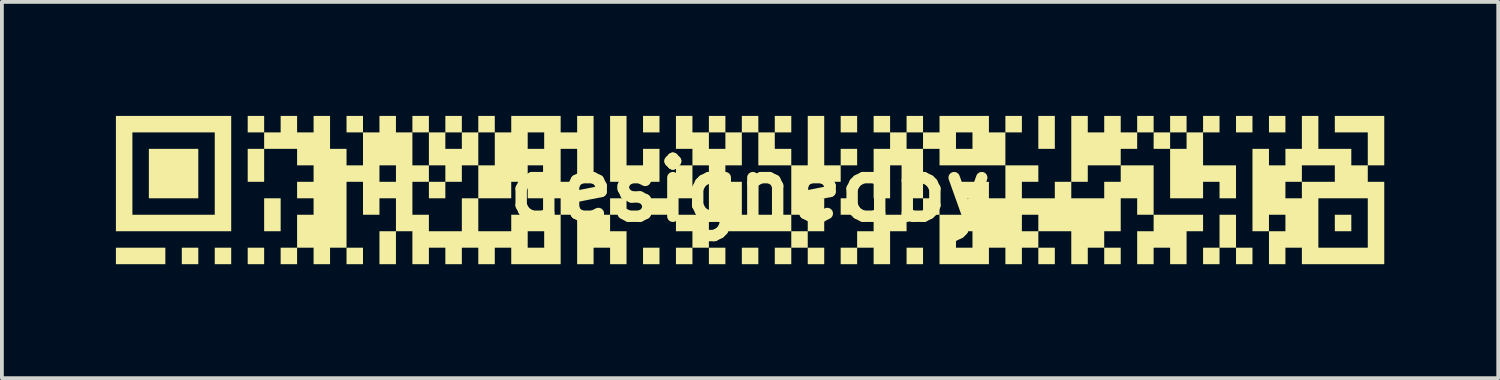
<source format=kicad_pcb>
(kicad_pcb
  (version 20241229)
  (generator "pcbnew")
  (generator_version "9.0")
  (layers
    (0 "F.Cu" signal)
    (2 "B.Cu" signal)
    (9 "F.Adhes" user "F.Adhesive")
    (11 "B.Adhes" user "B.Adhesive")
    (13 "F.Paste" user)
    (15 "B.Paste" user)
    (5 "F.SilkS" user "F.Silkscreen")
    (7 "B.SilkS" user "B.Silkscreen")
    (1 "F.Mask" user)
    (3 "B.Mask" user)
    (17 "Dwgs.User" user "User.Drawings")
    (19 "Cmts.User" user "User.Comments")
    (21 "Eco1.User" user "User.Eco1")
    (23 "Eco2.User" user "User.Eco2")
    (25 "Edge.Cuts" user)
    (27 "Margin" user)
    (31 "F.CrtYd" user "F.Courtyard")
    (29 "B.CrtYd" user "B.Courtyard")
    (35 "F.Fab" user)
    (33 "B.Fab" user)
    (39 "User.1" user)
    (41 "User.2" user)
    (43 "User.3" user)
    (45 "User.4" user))
  (footprint "designedby"
    (layer "F.Cu")
    (at 16.688 1.951)
    (property "Reference" "designedby" (at 0 0 0) (layer "F.SilkS") (effects (font (size 1.524 1.524) (thickness 0.3))))
    (attr board_only exclude_from_pos_files exclude_from_bom)
    (fp_poly (pts (xy -15.387 1.951) (xy -16.688 1.951) (xy -16.688 1.517) (xy -15.387 1.517)) (stroke (width 0) (type solid)) (fill yes) (layer "F.SilkS"))
    (fp_poly (pts (xy -14.52 0.217) (xy -15.821 0.217) (xy -15.821 -1.084) (xy -14.52 -1.084)) (stroke (width 0) (type solid)) (fill yes) (layer "F.SilkS"))
    (fp_poly (pts (xy -14.52 1.951) (xy -14.954 1.951) (xy -14.954 1.517) (xy -14.52 1.517)) (stroke (width 0) (type solid)) (fill yes) (layer "F.SilkS"))
    (fp_poly (pts (xy -13.654 1.951) (xy -14.087 1.951) (xy -14.087 1.517) (xy -13.654 1.517)) (stroke (width 0) (type solid)) (fill yes) (layer "F.SilkS"))
    (fp_poly (pts (xy -12.787 -1.517) (xy -13.22 -1.517) (xy -13.22 -1.951) (xy -12.787 -1.951)) (stroke (width 0) (type solid)) (fill yes) (layer "F.SilkS"))
    (fp_poly (pts (xy -12.787 -0.217) (xy -13.22 -0.217) (xy -13.22 -1.084) (xy -12.787 -1.084)) (stroke (width 0) (type solid)) (fill yes) (layer "F.SilkS"))
    (fp_poly (pts (xy -12.787 1.951) (xy -13.22 1.951) (xy -13.22 1.517) (xy -12.787 1.517)) (stroke (width 0) (type solid)) (fill yes) (layer "F.SilkS"))
    (fp_poly (pts (xy -12.353 1.084) (xy -12.787 1.084) (xy -12.787 0.217) (xy -12.353 0.217)) (stroke (width 0) (type solid)) (fill yes) (layer "F.SilkS"))
    (fp_poly (pts (xy -11.92 1.951) (xy -12.353 1.951) (xy -12.353 1.517) (xy -11.92 1.517)) (stroke (width 0) (type solid)) (fill yes) (layer "F.SilkS"))
    (fp_poly (pts (xy -10.186 -1.517) (xy -10.619 -1.517) (xy -10.619 -1.951) (xy -10.186 -1.951)) (stroke (width 0) (type solid)) (fill yes) (layer "F.SilkS"))
    (fp_poly (pts (xy -10.186 1.951) (xy -10.619 1.951) (xy -10.619 1.517) (xy -10.186 1.517)) (stroke (width 0) (type solid)) (fill yes) (layer "F.SilkS"))
    (fp_poly (pts (xy -9.319 1.951) (xy -9.753 1.951) (xy -9.753 1.084) (xy -9.319 1.084)) (stroke (width 0) (type solid)) (fill yes) (layer "F.SilkS"))
    (fp_poly (pts (xy -8.019 0.217) (xy -8.452 0.217) (xy -8.452 -0.217) (xy -8.019 -0.217)) (stroke (width 0) (type solid)) (fill yes) (layer "F.SilkS"))
    (fp_poly (pts (xy -3.251 0.65) (xy -3.684 0.65) (xy -3.684 0.217) (xy -3.251 0.217)) (stroke (width 0) (type solid)) (fill yes) (layer "F.SilkS"))
    (fp_poly (pts (xy -2.384 -1.517) (xy -2.817 -1.517) (xy -2.817 -1.951) (xy -2.384 -1.951)) (stroke (width 0) (type solid)) (fill yes) (layer "F.SilkS"))
    (fp_poly (pts (xy -2.384 1.951) (xy -2.817 1.951) (xy -2.817 1.517) (xy -2.384 1.517)) (stroke (width 0) (type solid)) (fill yes) (layer "F.SilkS"))
    (fp_poly (pts (xy -1.517 1.951) (xy -1.951 1.951) (xy -1.951 1.517) (xy -1.517 1.517)) (stroke (width 0) (type solid)) (fill yes) (layer "F.SilkS"))
    (fp_poly (pts (xy -0.65 1.951) (xy -1.084 1.951) (xy -1.084 1.517) (xy -0.65 1.517)) (stroke (width 0) (type solid)) (fill yes) (layer "F.SilkS"))
    (fp_poly (pts (xy 0.217 1.951) (xy -0.217 1.951) (xy -0.217 1.517) (xy 0.217 1.517)) (stroke (width 0) (type solid)) (fill yes) (layer "F.SilkS"))
    (fp_poly (pts (xy 1.084 -1.517) (xy 0.65 -1.517) (xy 0.65 -1.951) (xy 1.084 -1.951)) (stroke (width 0) (type solid)) (fill yes) (layer "F.SilkS"))
    (fp_poly (pts (xy 1.084 1.951) (xy 0.65 1.951) (xy 0.65 1.517) (xy 1.084 1.517)) (stroke (width 0) (type solid)) (fill yes) (layer "F.SilkS"))
    (fp_poly (pts (xy 1.951 1.951) (xy 1.517 1.951) (xy 1.517 1.517) (xy 1.951 1.517)) (stroke (width 0) (type solid)) (fill yes) (layer "F.SilkS"))
    (fp_poly (pts (xy 2.817 -1.517) (xy 2.384 -1.517) (xy 2.384 -1.951) (xy 2.817 -1.951)) (stroke (width 0) (type solid)) (fill yes) (layer "F.SilkS"))
    (fp_poly (pts (xy 2.817 -0.65) (xy 2.384 -0.65) (xy 2.384 -1.084) (xy 2.817 -1.084)) (stroke (width 0) (type solid)) (fill yes) (layer "F.SilkS"))
    (fp_poly (pts (xy 2.817 0.65) (xy 2.384 0.65) (xy 2.384 0.217) (xy 2.817 0.217)) (stroke (width 0) (type solid)) (fill yes) (layer "F.SilkS"))
    (fp_poly (pts (xy 2.817 1.951) (xy 2.384 1.951) (xy 2.384 1.517) (xy 2.817 1.517)) (stroke (width 0) (type solid)) (fill yes) (layer "F.SilkS"))
    (fp_poly (pts (xy 3.684 -1.517) (xy 3.251 -1.517) (xy 3.251 -1.951) (xy 3.684 -1.951)) (stroke (width 0) (type solid)) (fill yes) (layer "F.SilkS"))
    (fp_poly (pts (xy 4.551 1.951) (xy 4.118 1.951) (xy 4.118 1.517) (xy 4.551 1.517)) (stroke (width 0) (type solid)) (fill yes) (layer "F.SilkS"))
    (fp_poly (pts (xy 7.152 -1.517) (xy 6.718 -1.517) (xy 6.718 -1.951) (xy 7.152 -1.951)) (stroke (width 0) (type solid)) (fill yes) (layer "F.SilkS"))
    (fp_poly (pts (xy 8.019 -1.084) (xy 7.585 -1.084) (xy 7.585 -1.951) (xy 8.019 -1.951)) (stroke (width 0) (type solid)) (fill yes) (layer "F.SilkS"))
    (fp_poly (pts (xy 8.019 1.951) (xy 7.585 1.951) (xy 7.585 1.517) (xy 8.019 1.517)) (stroke (width 0) (type solid)) (fill yes) (layer "F.SilkS"))
    (fp_poly (pts (xy 9.753 1.951) (xy 9.319 1.951) (xy 9.319 1.517) (xy 9.753 1.517)) (stroke (width 0) (type solid)) (fill yes) (layer "F.SilkS"))
    (fp_poly (pts (xy 10.619 -1.517) (xy 10.186 -1.517) (xy 10.186 -1.951) (xy 10.619 -1.951)) (stroke (width 0) (type solid)) (fill yes) (layer "F.SilkS"))
    (fp_poly (pts (xy 12.353 -1.517) (xy 11.92 -1.517) (xy 11.92 -1.951) (xy 12.353 -1.951)) (stroke (width 0) (type solid)) (fill yes) (layer "F.SilkS"))
    (fp_poly (pts (xy 12.353 1.951) (xy 11.92 1.951) (xy 11.92 1.517) (xy 12.353 1.517)) (stroke (width 0) (type solid)) (fill yes) (layer "F.SilkS"))
    (fp_poly (pts (xy 12.787 1.517) (xy 12.353 1.517) (xy 12.353 0.65) (xy 12.787 0.65)) (stroke (width 0) (type solid)) (fill yes) (layer "F.SilkS"))
    (fp_poly (pts (xy 13.22 -1.517) (xy 12.787 -1.517) (xy 12.787 -1.951) (xy 13.22 -1.951)) (stroke (width 0) (type solid)) (fill yes) (layer "F.SilkS"))
    (fp_poly (pts (xy 13.22 1.951) (xy 12.787 1.951) (xy 12.787 1.517) (xy 13.22 1.517)) (stroke (width 0) (type solid)) (fill yes) (layer "F.SilkS"))
    (fp_poly (pts (xy 14.087 -1.517) (xy 13.654 -1.517) (xy 13.654 -1.951) (xy 14.087 -1.951)) (stroke (width 0) (type solid)) (fill yes) (layer "F.SilkS"))
    (fp_poly (pts (xy 15.821 1.084) (xy 15.387 1.084) (xy 15.387 0.65) (xy 15.821 0.65)) (stroke (width 0) (type solid)) (fill yes) (layer "F.SilkS"))
    (fp_poly (pts (xy 16.688 -0.65) (xy 16.254 -0.65) (xy 16.254 -1.517) (xy 15.387 -1.517) (xy 15.387 -1.951) (xy 16.688 -1.951)) (stroke (width 0) (type solid)) (fill yes) (layer "F.SilkS"))
    (fp_poly (pts (xy -3.251 -0.65) (xy -2.817 -0.65) (xy -2.817 -1.084) (xy -2.384 -1.084) (xy -2.384 -0.217) (xy -3.684 -0.217) (xy -3.684 -1.951) (xy -3.251 -1.951)) (stroke (width 0) (type solid)) (fill yes) (layer "F.SilkS"))
    (fp_poly (pts (xy -3.684 1.084) (xy -3.251 1.084) (xy -3.251 1.951) (xy -3.684 1.951) (xy -3.684 1.517) (xy -4.118 1.517) (xy -4.118 1.951) (xy -4.551 1.951) (xy -4.551 0.65) (xy -3.684 0.65)) (stroke (width 0) (type solid)) (fill yes) (layer "F.SilkS"))
    (fp_poly (pts (xy 2.817 1.084) (xy 3.251 1.084) (xy 3.251 0.65) (xy 4.118 0.65) (xy 4.118 1.084) (xy 3.684 1.084) (xy 3.684 1.951) (xy 3.251 1.951) (xy 3.251 1.517) (xy 2.817 1.517)) (stroke (width 0) (type solid)) (fill yes) (layer "F.SilkS"))
    (fp_poly (pts (xy -13.654 1.084) (xy -16.688 1.084) (xy -16.688 0.65) (xy -16.254 0.65) (xy -14.087 0.65) (xy -14.087 -1.517) (xy -16.254 -1.517) (xy -16.254 0.65) (xy -16.688 0.65) (xy -16.688 -1.951) (xy -13.654 -1.951)) (stroke (width 0) (type solid)) (fill yes) (layer "F.SilkS"))
    (fp_poly (pts (xy 11.92 1.084) (xy 11.486 1.084) (xy 11.486 1.951) (xy 11.053 1.951) (xy 11.053 1.517) (xy 10.619 1.517) (xy 10.619 1.951) (xy 10.186 1.951) (xy 10.186 1.084) (xy 10.619 1.084) (xy 10.619 0.65) (xy 11.92 0.65)) (stroke (width 0) (type solid)) (fill yes) (layer "F.SilkS"))
    (fp_poly (pts (xy 11.92 -1.517) (xy 11.92 -0.65) (xy 12.787 -0.65) (xy 12.787 0.217) (xy 12.353 0.217) (xy 12.353 -0.217) (xy 11.92 -0.217) (xy 11.92 0.217) (xy 11.053 0.217) (xy 11.053 -1.084) (xy 11.486 -1.084) (xy 11.486 -1.517) (xy 11.053 -1.517) (xy 11.053 -1.084) (xy 10.619 -1.084) (xy 10.619 -1.517) (xy 11.053 -1.517) (xy 11.053 -1.951) (xy 11.486 -1.951) (xy 11.486 -1.517)) (stroke (width 0) (type solid)) (fill yes) (layer "F.SilkS"))
    (fp_poly (pts (xy 14.954 -1.084) (xy 15.821 -1.084) (xy 15.821 -0.65) (xy 16.254 -0.65) (xy 16.254 -0.217) (xy 16.688 -0.217) (xy 16.688 1.951) (xy 14.52 1.951) (xy 14.52 1.517) (xy 14.954 1.517) (xy 16.254 1.517) (xy 16.254 0.217) (xy 14.954 0.217) (xy 14.954 1.517) (xy 14.52 1.517) (xy 14.087 1.517) (xy 14.087 1.951) (xy 13.654 1.951) (xy 13.654 1.084) (xy 14.087 1.084) (xy 14.087 0.65) (xy 13.654 0.65) (xy 13.654 1.084) (xy 13.22 1.084) (xy 13.22 0.217) (xy 14.087 0.217) (xy 14.52 0.217) (xy 14.52 -0.217) (xy 15.387 -0.217) (xy 15.387 -0.65) (xy 14.52 -0.65) (xy 14.52 -0.217) (xy 14.087 -0.217) (xy 14.087 0.217) (xy 13.22 0.217) (xy 13.22 -1.084) (xy 13.654 -1.084) (xy 13.654 -0.65) (xy 14.087 -0.65) (xy 14.087 -1.084) (xy 14.52 -1.084) (xy 14.52 -1.951) (xy 14.954 -1.951)) (stroke (width 0) (type solid)) (fill yes) (layer "F.SilkS"))
    (fp_poly (pts (xy 0.65 -1.517) (xy 0.65 -1.084) (xy 1.084 -1.084) (xy 1.084 -0.65) (xy 1.517 -0.65) (xy 1.517 -1.951) (xy 1.951 -1.951) (xy 1.951 -0.65) (xy 2.384 -0.65) (xy 2.384 -0.217) (xy 1.517 -0.217) (xy 1.517 0.217) (xy 1.951 0.217) (xy 1.951 1.084) (xy 1.517 1.084) (xy 1.517 1.517) (xy 1.084 1.517) (xy 1.084 1.084) (xy 1.517 1.084) (xy 1.517 0.65) (xy 1.084 0.65) (xy 1.084 1.084) (xy -0.65 1.084) (xy -0.65 0.65) (xy -1.084 0.65) (xy -1.084 1.517) (xy -1.517 1.517) (xy -1.517 1.084) (xy -1.951 1.084) (xy -1.951 0.65) (xy -1.084 0.65) (xy -1.084 -0.217) (xy -0.65 -0.217) (xy -0.217 -0.217) (xy -0.217 0.65) (xy 1.084 0.65) (xy 1.084 -0.65) (xy 0.217 -0.65) (xy 0.217 -1.517) (xy -0.217 -1.517) (xy -0.217 -0.65) (xy -0.65 -0.65) (xy -0.65 -0.217) (xy -1.084 -0.217) (xy -1.084 -0.65) (xy -1.517 -0.65) (xy -1.517 0.217) (xy -1.951 0.217) (xy -1.951 0.65) (xy -2.817 0.65) (xy -2.817 0.217) (xy -1.951 0.217) (xy -1.951 -0.65) (xy -1.517 -0.65) (xy -1.517 -1.084) (xy -1.084 -1.084) (xy -0.65 -1.084) (xy -0.65 -1.517) (xy -1.084 -1.517) (xy -1.084 -1.084) (xy -1.517 -1.084) (xy -1.951 -1.084) (xy -1.951 -1.951) (xy -1.517 -1.951) (xy -1.517 -1.517) (xy -1.084 -1.517) (xy -1.084 -1.951) (xy -0.65 -1.951) (xy -0.65 -1.517) (xy -0.217 -1.517) (xy -0.217 -1.951) (xy 0.217 -1.951) (xy 0.217 -1.517)) (stroke (width 0) (type solid)) (fill yes) (layer "F.SilkS"))
    (fp_poly (pts (xy 10.619 -0.65) (xy 10.619 0.65) (xy 10.186 0.65) (xy 10.186 0.217) (xy 9.753 0.217) (xy 9.753 1.084) (xy 9.319 1.084) (xy 9.319 1.517) (xy 8.886 1.517) (xy 8.886 1.951) (xy 8.452 1.951) (xy 8.452 1.084) (xy 7.585 1.084) (xy 7.585 1.517) (xy 7.152 1.517) (xy 7.152 1.951) (xy 6.718 1.951) (xy 6.718 1.517) (xy 6.285 1.517) (xy 6.285 1.951) (xy 4.985 1.951) (xy 4.985 1.517) (xy 5.418 1.517) (xy 5.852 1.517) (xy 5.852 1.084) (xy 7.152 1.084) (xy 7.585 1.084) (xy 7.585 0.65) (xy 7.152 0.65) (xy 7.152 1.084) (xy 5.852 1.084) (xy 5.418 1.084) (xy 5.418 1.517) (xy 4.985 1.517) (xy 4.985 0.65) (xy 4.551 0.65) (xy 4.551 0.217) (xy 4.985 0.217) (xy 4.985 0.65) (xy 5.852 0.65) (xy 5.852 0.217) (xy 5.418 0.217) (xy 5.418 -0.217) (xy 6.285 -0.217) (xy 6.285 0.217) (xy 6.718 0.217) (xy 6.718 -0.65) (xy 4.985 -0.65) (xy 4.985 -1.084) (xy 5.418 -1.084) (xy 5.852 -1.084) (xy 5.852 -1.517) (xy 5.418 -1.517) (xy 5.418 -1.084) (xy 4.985 -1.084) (xy 4.551 -1.084) (xy 4.551 0.217) (xy 4.118 0.217) (xy 4.118 -0.65) (xy 3.684 -0.65) (xy 3.684 0.217) (xy 3.251 0.217) (xy 3.251 -1.084) (xy 3.684 -1.084) (xy 4.118 -1.084) (xy 4.551 -1.084) (xy 4.551 -1.517) (xy 4.118 -1.517) (xy 4.118 -1.084) (xy 3.684 -1.084) (xy 3.684 -1.517) (xy 4.118 -1.517) (xy 4.118 -1.951) (xy 4.551 -1.951) (xy 4.551 -1.517) (xy 4.985 -1.517) (xy 4.985 -1.951) (xy 6.285 -1.951) (xy 6.285 -1.517) (xy 6.718 -1.517) (xy 6.718 -0.65) (xy 7.585 -0.65) (xy 7.585 -0.217) (xy 7.152 -0.217) (xy 7.152 0.217) (xy 8.019 0.217) (xy 8.452 0.217) (xy 9.319 0.217) (xy 9.319 -0.217) (xy 9.753 -0.217) (xy 9.753 -0.65) (xy 8.886 -0.65) (xy 8.886 -0.217) (xy 8.452 -0.217) (xy 8.452 0.217) (xy 8.019 0.217) (xy 8.019 -0.217) (xy 8.452 -0.217) (xy 8.452 -1.951) (xy 8.886 -1.951) (xy 8.886 -1.517) (xy 9.319 -1.517) (xy 9.319 -1.951) (xy 9.753 -1.951) (xy 9.753 -1.517) (xy 10.186 -1.517) (xy 10.186 -1.084) (xy 9.753 -1.084) (xy 9.753 -0.65)) (stroke (width 0) (type solid)) (fill yes) (layer "F.SilkS"))
    (fp_poly (pts (xy -11.92 0.65) (xy -11.486 0.65) (xy -11.486 0.217) (xy -11.92 0.217) (xy -11.92 -0.217) (xy -11.486 -0.217) (xy -11.486 -0.65) (xy -11.92 -0.65) (xy -11.92 -1.084) (xy -12.787 -1.084) (xy -12.787 -1.517) (xy -12.353 -1.517) (xy -12.353 -1.951) (xy -11.92 -1.951) (xy -11.92 -1.517) (xy -11.486 -1.517) (xy -11.486 -1.951) (xy -11.053 -1.951) (xy -11.053 -1.084) (xy -10.619 -1.084) (xy -10.619 -0.65) (xy -10.186 -0.65) (xy -10.186 -1.517) (xy -9.753 -1.517) (xy -9.753 -1.951) (xy -9.319 -1.951) (xy -9.319 -1.517) (xy -8.886 -1.517) (xy -8.886 -1.951) (xy -8.452 -1.951) (xy -8.452 -1.517) (xy -8.019 -1.517) (xy -8.019 -1.951) (xy -7.585 -1.951) (xy -7.585 -1.517) (xy -7.152 -1.517) (xy -7.152 -1.951) (xy -6.718 -1.951) (xy -6.718 -1.517) (xy -6.285 -1.517) (xy -6.285 -1.951) (xy -4.985 -1.951) (xy -4.985 -1.517) (xy -4.551 -1.517) (xy -4.551 -1.951) (xy -4.118 -1.951) (xy -4.118 -0.217) (xy -4.551 -0.217) (xy -4.551 0.65) (xy -4.985 0.65) (xy -4.985 1.951) (xy -6.285 1.951) (xy -6.285 1.517) (xy -5.852 1.517) (xy -5.418 1.517) (xy -5.418 1.084) (xy -5.852 1.084) (xy -5.852 1.517) (xy -6.285 1.517) (xy -6.718 1.517) (xy -6.718 1.951) (xy -7.152 1.951) (xy -7.152 1.517) (xy -7.585 1.517) (xy -7.585 1.951) (xy -8.019 1.951) (xy -8.019 1.517) (xy -8.452 1.517) (xy -8.452 1.951) (xy -8.886 1.951) (xy -8.886 1.084) (xy -9.319 1.084) (xy -9.319 0.65) (xy -8.886 0.65) (xy -8.452 0.65) (xy -8.452 1.084) (xy -7.585 1.084) (xy -7.152 1.084) (xy -6.285 1.084) (xy -6.285 0.65) (xy -4.985 0.65) (xy -4.985 0.217) (xy -5.852 0.217) (xy -5.852 -0.217) (xy -5.418 -0.217) (xy -4.985 -0.217) (xy -4.551 -0.217) (xy -4.551 -1.084) (xy -4.985 -1.084) (xy -4.985 -0.217) (xy -5.418 -0.217) (xy -5.418 -0.65) (xy -5.852 -0.65) (xy -5.852 -0.217) (xy -6.285 -0.217) (xy -6.285 0.217) (xy -7.152 0.217) (xy -7.152 1.084) (xy -7.585 1.084) (xy -7.585 0.217) (xy -7.152 0.217) (xy -7.152 -0.65) (xy -6.718 -0.65) (xy -6.718 -1.084) (xy -5.852 -1.084) (xy -5.418 -1.084) (xy -5.418 -1.517) (xy -5.852 -1.517) (xy -5.852 -1.084) (xy -6.718 -1.084) (xy -6.718 -1.517) (xy -7.152 -1.517) (xy -7.152 -0.65) (xy -7.585 -0.65) (xy -7.585 -0.217) (xy -8.019 -0.217) (xy -8.019 -0.65) (xy -8.452 -0.65) (xy -8.452 -0.217) (xy -8.886 -0.217) (xy -8.886 0.65) (xy -9.319 0.65) (xy -9.319 0.217) (xy -9.753 0.217) (xy -9.753 0.65) (xy -10.186 0.65) (xy -10.186 -0.217) (xy -9.753 -0.217) (xy -9.319 -0.217) (xy -9.319 -0.65) (xy -8.886 -0.65) (xy -8.452 -0.65) (xy -8.452 -1.084) (xy -8.019 -1.084) (xy -7.585 -1.084) (xy -7.585 -1.517) (xy -8.019 -1.517) (xy -8.019 -1.084) (xy -8.452 -1.084) (xy -8.452 -1.517) (xy -8.886 -1.517) (xy -8.886 -0.65) (xy -9.319 -0.65) (xy -9.753 -0.65) (xy -9.753 -0.217) (xy -10.186 -0.217) (xy -10.619 -0.217) (xy -10.619 1.517) (xy -11.053 1.517) (xy -11.053 1.951) (xy -11.486 1.951) (xy -11.486 1.517) (xy -11.92 1.517)) (stroke (width 0) (type solid)) (fill yes) (layer "F.SilkS")))
  (gr_rect
    (start -3 -3)
    (end 36.375 6.901)
    (stroke (width 0.1) (type default))
    (fill no)
    (layer "Edge.Cuts")))
</source>
